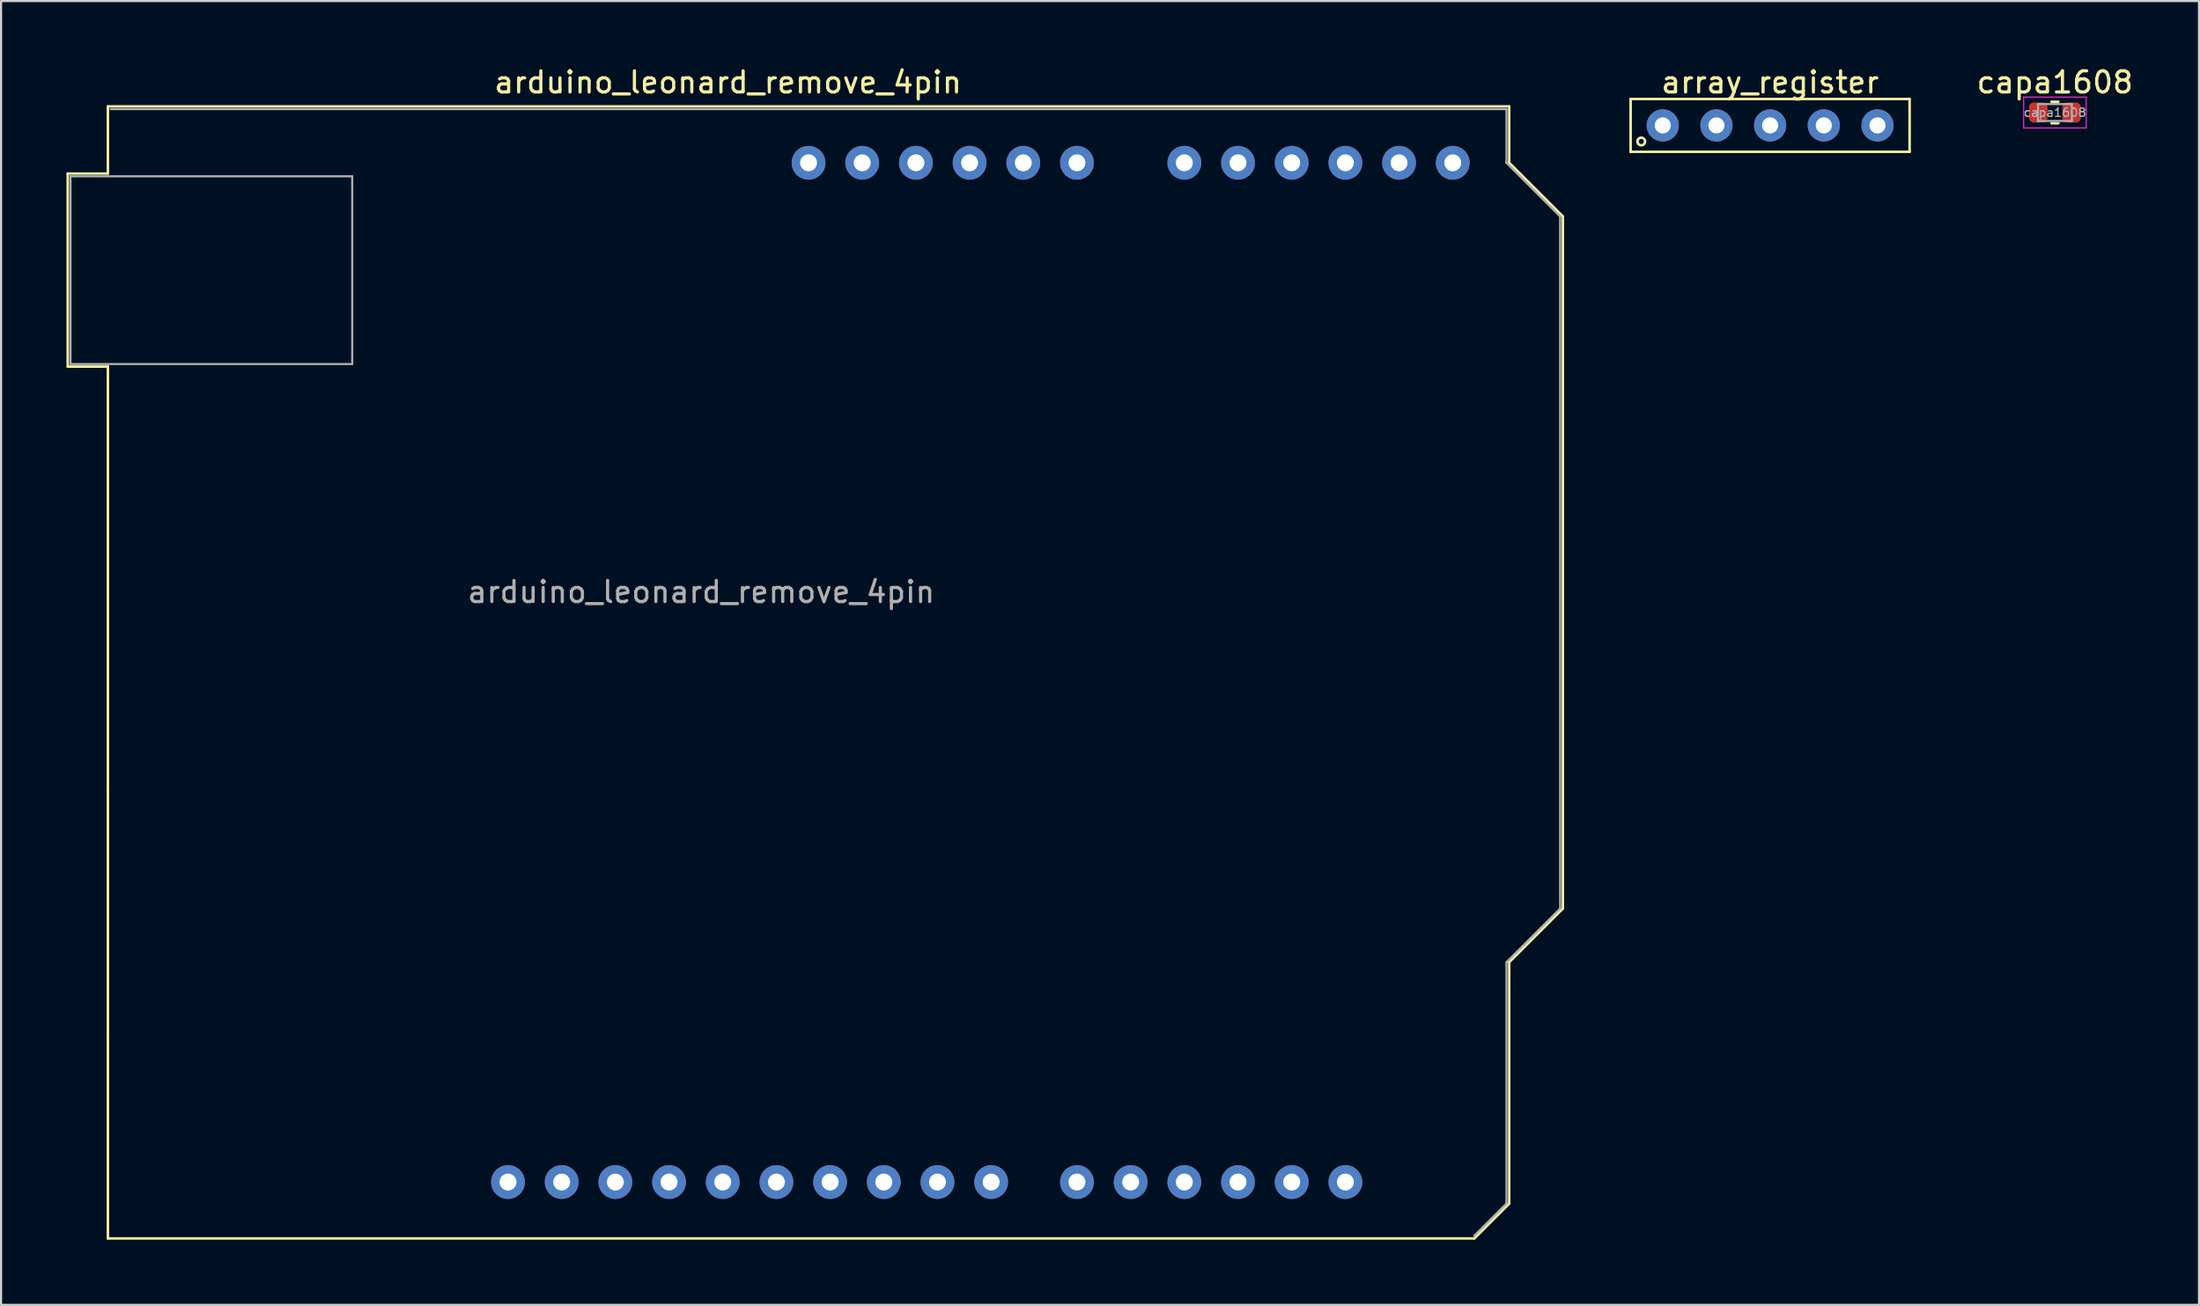
<source format=kicad_pcb>
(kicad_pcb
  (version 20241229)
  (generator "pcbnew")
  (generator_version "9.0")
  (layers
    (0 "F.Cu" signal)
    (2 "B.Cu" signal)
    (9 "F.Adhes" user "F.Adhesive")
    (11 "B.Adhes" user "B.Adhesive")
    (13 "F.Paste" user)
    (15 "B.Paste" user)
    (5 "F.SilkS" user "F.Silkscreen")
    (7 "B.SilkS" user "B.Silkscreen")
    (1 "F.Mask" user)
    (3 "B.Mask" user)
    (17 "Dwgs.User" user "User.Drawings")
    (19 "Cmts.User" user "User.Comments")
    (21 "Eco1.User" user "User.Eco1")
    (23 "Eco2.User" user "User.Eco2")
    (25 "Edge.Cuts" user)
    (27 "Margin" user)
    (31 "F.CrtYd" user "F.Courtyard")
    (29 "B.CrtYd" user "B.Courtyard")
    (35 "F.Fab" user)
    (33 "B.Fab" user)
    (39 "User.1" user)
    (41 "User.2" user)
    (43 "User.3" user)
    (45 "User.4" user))
  (footprint "capa1608"
    (layer "F.Cu")
    (at 94.175 2.278)
    (property "Reference" "capa1608" (at 0 -1.43 0) (layer "F.SilkS") (effects (font (size 1 1) (thickness 0.15))))
    (attr smd)
    (fp_line (start -0.163 -0.51) (end 0.163 -0.51) (stroke (width 0.12) (type solid)) (layer "F.SilkS"))
    (fp_line (start -0.163 0.51) (end 0.163 0.51) (stroke (width 0.12) (type solid)) (layer "F.SilkS"))
    (fp_line (start -1.48 -0.73) (end 1.48 -0.73) (stroke (width 0.05) (type solid)) (layer "F.CrtYd"))
    (fp_line (start -1.48 0.73) (end -1.48 -0.73) (stroke (width 0.05) (type solid)) (layer "F.CrtYd"))
    (fp_line (start 1.48 -0.73) (end 1.48 0.73) (stroke (width 0.05) (type solid)) (layer "F.CrtYd"))
    (fp_line (start 1.48 0.73) (end -1.48 0.73) (stroke (width 0.05) (type solid)) (layer "F.CrtYd"))
    (fp_line (start -0.8 -0.4) (end 0.8 -0.4) (stroke (width 0.1) (type solid)) (layer "F.Fab"))
    (fp_line (start -0.8 0.4) (end -0.8 -0.4) (stroke (width 0.1) (type solid)) (layer "F.Fab"))
    (fp_line (start 0.8 -0.4) (end 0.8 0.4) (stroke (width 0.1) (type solid)) (layer "F.Fab"))
    (fp_line (start 0.8 0.4) (end -0.8 0.4) (stroke (width 0.1) (type solid)) (layer "F.Fab"))
    (fp_text user "${REFERENCE}" (at 0 0 0) (layer "F.Fab") (effects (font (size 0.4 0.4) (thickness 0.06))))
    (pad "1" smd roundrect (at -0.787 0) (size 0.875 0.95) (layers "F.Cu" "F.Mask" "F.Paste") (roundrect_rratio 0.25))
    (pad "2" smd roundrect (at 0.787 0) (size 0.875 0.95) (layers "F.Cu" "F.Mask" "F.Paste") (roundrect_rratio 0.25)))
  (footprint "arduino_leonard_remove_4pin"
    (layer "F.Cu")
    (at 30.125 4.658)
    (property "Reference" "arduino_leonard_remove_4pin" (at 1.27 -3.81 180) (layer "F.SilkS") (effects (font (size 1 1) (thickness 0.15))))
    (attr through_hole)
    (fp_line (start -29.97 0.51) (end -29.97 9.65) (stroke (width 0.12) (type solid)) (layer "F.SilkS"))
    (fp_line (start -29.97 9.65) (end -28.07 9.65) (stroke (width 0.12) (type solid)) (layer "F.SilkS"))
    (fp_line (start -28.07 -2.67) (end -28.07 0.51) (stroke (width 0.12) (type solid)) (layer "F.SilkS"))
    (fp_line (start -28.07 0.51) (end -29.97 0.51) (stroke (width 0.12) (type solid)) (layer "F.SilkS"))
    (fp_line (start -28.07 9.65) (end -28.07 29.72) (stroke (width 0.12) (type solid)) (layer "F.SilkS"))
    (fp_line (start -28.07 29.72) (end -28.07 41.4) (stroke (width 0.12) (type solid)) (layer "F.SilkS"))
    (fp_line (start -28.07 41.4) (end -28.07 50.93) (stroke (width 0.12) (type solid)) (layer "F.SilkS"))
    (fp_line (start -28.07 50.93) (end 36.58 50.93) (stroke (width 0.12) (type solid)) (layer "F.SilkS"))
    (fp_line (start 36.58 50.93) (end 38.23 49.28) (stroke (width 0.12) (type solid)) (layer "F.SilkS"))
    (fp_line (start 38.23 -2.67) (end -28.07 -2.67) (stroke (width 0.12) (type solid)) (layer "F.SilkS"))
    (fp_line (start 38.23 0) (end 38.23 -2.67) (stroke (width 0.12) (type solid)) (layer "F.SilkS"))
    (fp_line (start 38.23 37.85) (end 40.77 35.31) (stroke (width 0.12) (type solid)) (layer "F.SilkS"))
    (fp_line (start 38.23 49.28) (end 38.23 37.85) (stroke (width 0.12) (type solid)) (layer "F.SilkS"))
    (fp_line (start 40.77 2.54) (end 38.23 0) (stroke (width 0.12) (type solid)) (layer "F.SilkS"))
    (fp_line (start 40.77 35.31) (end 40.77 2.54) (stroke (width 0.12) (type solid)) (layer "F.SilkS"))
    (fp_line (start -30.1 0.38) (end -28.19 0.38) (stroke (width 0.05) (type solid)) (layer "Eco1.User"))
    (fp_line (start -30.1 9.78) (end -30.1 0.38) (stroke (width 0.05) (type solid)) (layer "Eco1.User"))
    (fp_line (start -28.19 -2.79) (end 38.35 -2.79) (stroke (width 0.05) (type solid)) (layer "Eco1.User"))
    (fp_line (start -28.19 0.38) (end -28.19 -2.79) (stroke (width 0.05) (type solid)) (layer "Eco1.User"))
    (fp_line (start -28.19 9.78) (end -30.1 9.78) (stroke (width 0.05) (type solid)) (layer "Eco1.User"))
    (fp_line (start -28.19 29.59) (end -28.19 9.78) (stroke (width 0.05) (type solid)) (layer "Eco1.User"))
    (fp_line (start -28.19 29.59) (end -28.19 41.53) (stroke (width 0.05) (type solid)) (layer "Eco1.User"))
    (fp_line (start -28.19 51.05) (end -28.19 41.53) (stroke (width 0.05) (type solid)) (layer "Eco1.User"))
    (fp_line (start -26.67 37) (end -22.86 37) (stroke (width 0.12) (type solid)) (layer "Eco1.User"))
    (fp_line (start 36.58 51.05) (end -28.19 51.05) (stroke (width 0.05) (type solid)) (layer "Eco1.User"))
    (fp_line (start 38.35 -2.79) (end 38.35 0) (stroke (width 0.05) (type solid)) (layer "Eco1.User"))
    (fp_line (start 38.35 0) (end 40.89 2.54) (stroke (width 0.05) (type solid)) (layer "Eco1.User"))
    (fp_line (start 38.35 37.85) (end 38.35 49.28) (stroke (width 0.05) (type solid)) (layer "Eco1.User"))
    (fp_line (start 38.35 49.28) (end 36.58 51.05) (stroke (width 0.05) (type solid)) (layer "Eco1.User"))
    (fp_line (start 40.89 2.54) (end 40.89 35.31) (stroke (width 0.05) (type solid)) (layer "Eco1.User"))
    (fp_line (start 40.89 35.31) (end 38.35 37.85) (stroke (width 0.05) (type solid)) (layer "Eco1.User"))
    (fp_line (start -29.84 0.64) (end -16.51 0.64) (stroke (width 0.1) (type solid)) (layer "F.Fab"))
    (fp_line (start -29.84 9.53) (end -29.84 0.64) (stroke (width 0.1) (type solid)) (layer "F.Fab"))
    (fp_line (start -27.94 -2.54) (end 38.1 -2.54) (stroke (width 0.1) (type solid)) (layer "F.Fab"))
    (fp_line (start -16.51 0.64) (end -16.51 9.53) (stroke (width 0.1) (type solid)) (layer "F.Fab"))
    (fp_line (start -16.51 9.53) (end -29.84 9.53) (stroke (width 0.1) (type solid)) (layer "F.Fab"))
    (fp_line (start 38.1 -2.54) (end 38.1 0) (stroke (width 0.1) (type solid)) (layer "F.Fab"))
    (fp_line (start 38.1 0) (end 40.64 2.54) (stroke (width 0.1) (type solid)) (layer "F.Fab"))
    (fp_line (start 38.1 37.85) (end 38.1 49.28) (stroke (width 0.1) (type solid)) (layer "F.Fab"))
    (fp_line (start 38.1 49.28) (end 36.58 50.8) (stroke (width 0.1) (type solid)) (layer "F.Fab"))
    (fp_line (start 40.64 2.54) (end 40.64 35.31) (stroke (width 0.1) (type solid)) (layer "F.Fab"))
    (fp_line (start 40.64 35.31) (end 38.1 37.85) (stroke (width 0.1) (type solid)) (layer "F.Fab"))
    (fp_text user "${REFERENCE}" (at 0 20.32 180) (layer "F.Fab") (effects (font (size 1 1) (thickness 0.15))))
    (pad "+5V" thru_hole oval (at 10.16 0 90) (size 1.6 1.6) (drill 0.8) (layers "*.Cu" "*.Mask"))
    (pad "3V3" thru_hole oval (at 7.62 0 90) (size 1.6 1.6) (drill 0.8) (layers "*.Cu" "*.Mask"))
    (pad "A0" thru_hole oval (at 22.86 0 90) (size 1.6 1.6) (drill 0.8) (layers "*.Cu" "*.Mask"))
    (pad "A1" thru_hole oval (at 25.4 0 90) (size 1.6 1.6) (drill 0.8) (layers "*.Cu" "*.Mask"))
    (pad "A2" thru_hole oval (at 27.94 0 90) (size 1.6 1.6) (drill 0.8) (layers "*.Cu" "*.Mask"))
    (pad "A3" thru_hole oval (at 30.48 0 90) (size 1.6 1.6) (drill 0.8) (layers "*.Cu" "*.Mask"))
    (pad "A4" thru_hole oval (at 33.02 0 90) (size 1.6 1.6) (drill 0.8) (layers "*.Cu" "*.Mask"))
    (pad "A5" thru_hole oval (at 35.56 0 90) (size 1.6 1.6) (drill 0.8) (layers "*.Cu" "*.Mask"))
    (pad "AREF" thru_hole oval (at -4.06 48.26 90) (size 1.6 1.6) (drill 0.8) (layers "*.Cu" "*.Mask"))
    (pad "D2/SDA" thru_hole oval (at 30.48 48.26 90) (size 1.6 1.6) (drill 0.8) (layers "*.Cu" "*.Mask"))
    (pad "D3/SCL" thru_hole oval (at 27.94 48.26 90) (size 1.6 1.6) (drill 0.8) (layers "*.Cu" "*.Mask"))
    (pad "D4" thru_hole oval (at 25.4 48.26 90) (size 1.6 1.6) (drill 0.8) (layers "*.Cu" "*.Mask"))
    (pad "D5" thru_hole oval (at 22.86 48.26 90) (size 1.6 1.6) (drill 0.8) (layers "*.Cu" "*.Mask"))
    (pad "D6" thru_hole oval (at 20.32 48.26 90) (size 1.6 1.6) (drill 0.8) (layers "*.Cu" "*.Mask"))
    (pad "D7" thru_hole oval (at 17.78 48.26 90) (size 1.6 1.6) (drill 0.8) (layers "*.Cu" "*.Mask"))
    (pad "D8" thru_hole oval (at 13.72 48.26 90) (size 1.6 1.6) (drill 0.8) (layers "*.Cu" "*.Mask"))
    (pad "D9" thru_hole oval (at 11.18 48.26 90) (size 1.6 1.6) (drill 0.8) (layers "*.Cu" "*.Mask"))
    (pad "D10" thru_hole oval (at 8.64 48.26 90) (size 1.6 1.6) (drill 0.8) (layers "*.Cu" "*.Mask"))
    (pad "D11" thru_hole oval (at 6.1 48.26 90) (size 1.6 1.6) (drill 0.8) (layers "*.Cu" "*.Mask"))
    (pad "D12" thru_hole oval (at 3.56 48.26 90) (size 1.6 1.6) (drill 0.8) (layers "*.Cu" "*.Mask"))
    (pad "D13" thru_hole oval (at 1.02 48.26 90) (size 1.6 1.6) (drill 0.8) (layers "*.Cu" "*.Mask"))
    (pad "GND" thru_hole oval (at -1.52 48.26 90) (size 1.6 1.6) (drill 0.8) (layers "*.Cu" "*.Mask"))
    (pad "GND" thru_hole oval (at 12.7 0 90) (size 1.6 1.6) (drill 0.8) (layers "*.Cu" "*.Mask"))
    (pad "GND" thru_hole oval (at 15.24 0 90) (size 1.6 1.6) (drill 0.8) (layers "*.Cu" "*.Mask"))
    (pad "RESET" thru_hole oval (at 5.08 0 90) (size 1.6 1.6) (drill 0.8) (layers "*.Cu" "*.Mask"))
    (pad "SCL" thru_hole oval (at -9.14 48.26 90) (size 1.6 1.6) (drill 0.8) (layers "*.Cu" "*.Mask"))
    (pad "SDA" thru_hole oval (at -6.6 48.26 90) (size 1.6 1.6) (drill 0.8) (layers "*.Cu" "*.Mask"))
    (pad "VIN" thru_hole oval (at 17.78 0 90) (size 1.6 1.6) (drill 0.8) (layers "*.Cu" "*.Mask")))
  (footprint "array_register"
    (layer "F.Cu")
    (at 75.62 2.888)
    (property "Reference" "array_register" (at 5.08 -2.04 0) (layer "F.SilkS") (effects (font (size 1 1) (thickness 0.15))))
    (attr through_hole)
    (fp_line (start -1.52 -1.25) (end 11.68 -1.25) (stroke (width 0.12) (type solid)) (layer "F.SilkS"))
    (fp_line (start -1.52 1.25) (end -1.52 -1.25) (stroke (width 0.12) (type solid)) (layer "F.SilkS"))
    (fp_line (start -1.52 1.25) (end 11.68 1.25) (stroke (width 0.12) (type solid)) (layer "F.SilkS"))
    (fp_line (start 11.68 -1.25) (end 11.68 1.25) (stroke (width 0.12) (type solid)) (layer "F.SilkS"))
    (fp_circle (center -1.016 0.762) (end -0.889 0.635) (stroke (width 0.12) (type solid)) (fill no) (layer "F.SilkS"))
    (pad "1" thru_hole circle (at 2.54 0) (size 1.524 1.524) (drill 0.762) (layers "*.Cu" "*.Mask"))
    (pad "2" thru_hole circle (at 5.08 0) (size 1.524 1.524) (drill 0.762) (layers "*.Cu" "*.Mask"))
    (pad "3" thru_hole circle (at 7.62 0) (size 1.524 1.524) (drill 0.762) (layers "*.Cu" "*.Mask"))
    (pad "4" thru_hole circle (at 10.16 0) (size 1.524 1.524) (drill 0.762) (layers "*.Cu" "*.Mask"))
    (pad "com" thru_hole circle (at 0 0) (size 1.524 1.524) (drill 0.762) (layers "*.Cu" "*.Mask")))
  (gr_rect
    (start -3 -3)
    (end 100.991 58.733)
    (stroke (width 0.1) (type default))
    (fill no)
    (layer "Edge.Cuts")))
</source>
